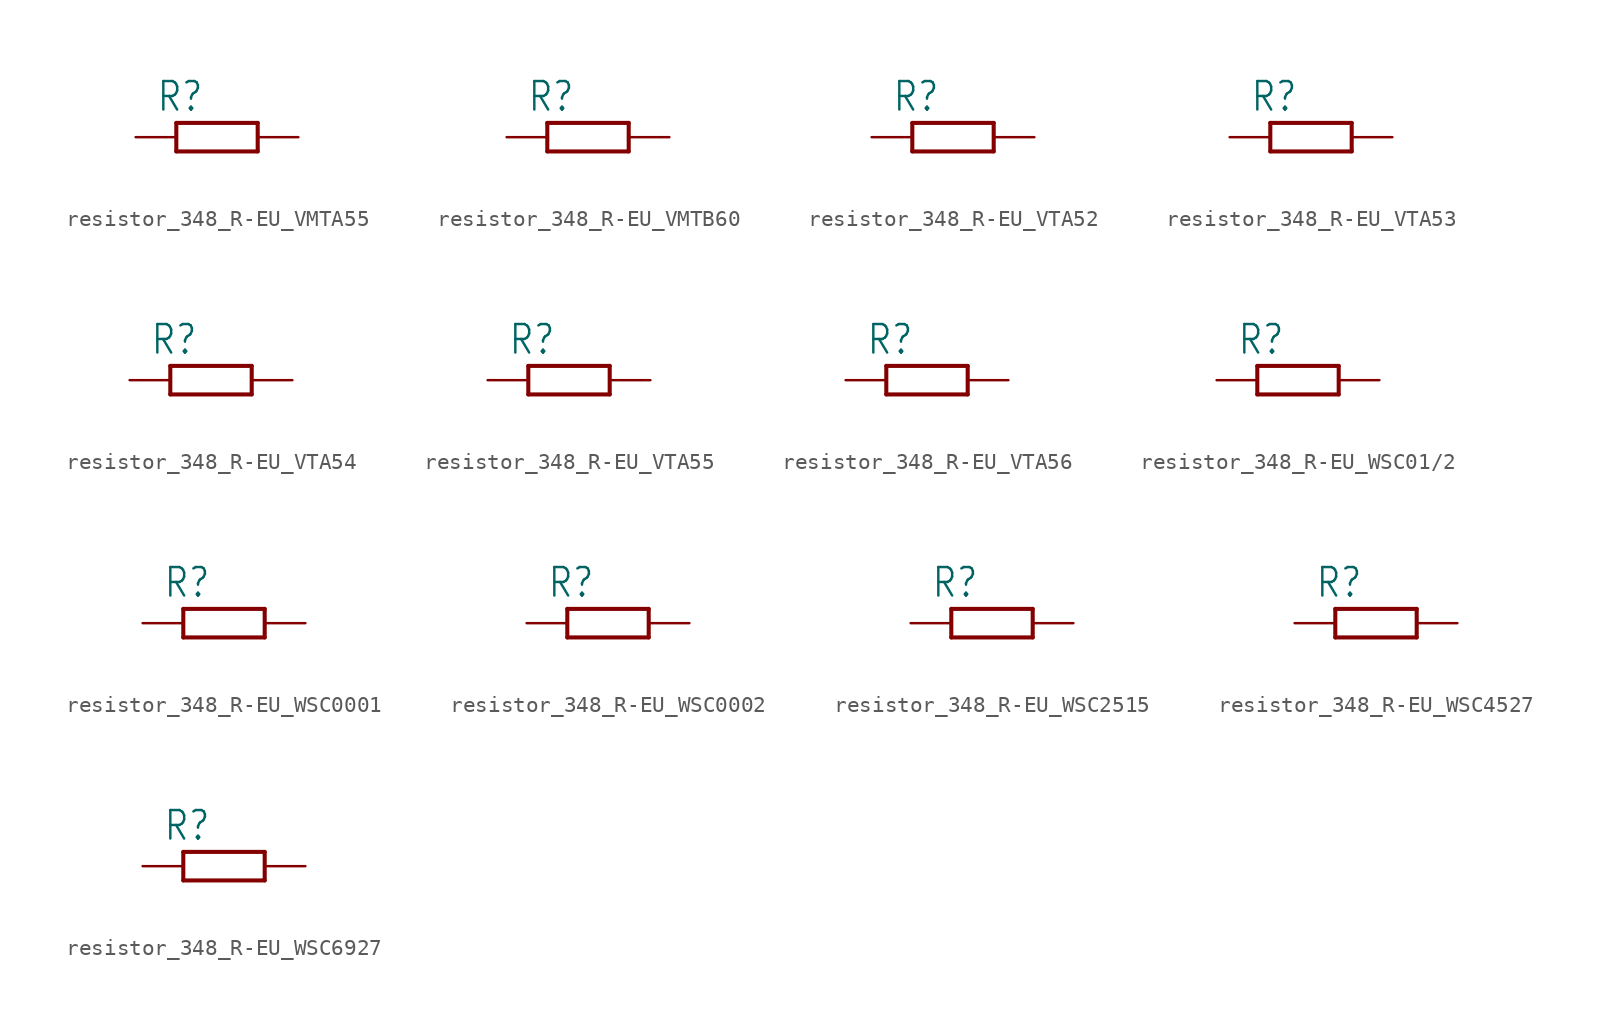
<source format=kicad_sym>
(kicad_symbol_lib
  (version 20241209)
  (generator "kicad_symbol_editor")
  (generator_version "9.0")
  (symbol "resistor_348_R-EU_VMTA55"
    (property "Reference" "R"
      (at -3.81 1.499 0)
      (effects (font (size 1.778 1.511)) (justify left bottom)))
    (property "Value" ""
      (at -3.81 -3.302 0)
      (effects (font (size 1.778 1.511)) (justify left bottom)))
    (property "ki_locked" ""
      (at 0 0 0)
      (effects (font (size 1.27 1.27))))
    (symbol "resistor_348_R-EU_VMTA55_1_0"
      (polyline (pts (xy -2.54 -0.889) (xy -2.54 0.889)) (stroke (width 0.254) (type solid)) (fill (type none)))
      (polyline (pts (xy -2.54 -0.889) (xy 2.54 -0.889)) (stroke (width 0.254) (type solid)) (fill (type none)))
      (polyline (pts (xy 2.54 0.889) (xy -2.54 0.889)) (stroke (width 0.254) (type solid)) (fill (type none)))
      (polyline (pts (xy 2.54 -0.889) (xy 2.54 0.889)) (stroke (width 0.254) (type solid)) (fill (type none)))
      (pin passive line (at -5.08 0 0) (length 2.54) (name "1" (effects (font (size 0 0)))) (number "1" (effects (font (size 0 0)))))
      (pin passive line (at 5.08 0 180) (length 2.54) (name "2" (effects (font (size 0 0)))) (number "2" (effects (font (size 0 0)))))))
  (symbol "resistor_348_R-EU_VMTB60"
    (property "Reference" "R"
      (at -3.81 1.499 0)
      (effects (font (size 1.778 1.511)) (justify left bottom)))
    (property "Value" ""
      (at -3.81 -3.302 0)
      (effects (font (size 1.778 1.511)) (justify left bottom)))
    (property "ki_locked" ""
      (at 0 0 0)
      (effects (font (size 1.27 1.27))))
    (symbol "resistor_348_R-EU_VMTB60_1_0"
      (polyline (pts (xy -2.54 -0.889) (xy -2.54 0.889)) (stroke (width 0.254) (type solid)) (fill (type none)))
      (polyline (pts (xy -2.54 -0.889) (xy 2.54 -0.889)) (stroke (width 0.254) (type solid)) (fill (type none)))
      (polyline (pts (xy 2.54 0.889) (xy -2.54 0.889)) (stroke (width 0.254) (type solid)) (fill (type none)))
      (polyline (pts (xy 2.54 -0.889) (xy 2.54 0.889)) (stroke (width 0.254) (type solid)) (fill (type none)))
      (pin passive line (at -5.08 0 0) (length 2.54) (name "1" (effects (font (size 0 0)))) (number "1" (effects (font (size 0 0)))))
      (pin passive line (at 5.08 0 180) (length 2.54) (name "2" (effects (font (size 0 0)))) (number "2" (effects (font (size 0 0)))))))
  (symbol "resistor_348_R-EU_VTA52"
    (property "Reference" "R"
      (at -3.81 1.499 0)
      (effects (font (size 1.778 1.511)) (justify left bottom)))
    (property "Value" ""
      (at -3.81 -3.302 0)
      (effects (font (size 1.778 1.511)) (justify left bottom)))
    (property "ki_locked" ""
      (at 0 0 0)
      (effects (font (size 1.27 1.27))))
    (symbol "resistor_348_R-EU_VTA52_1_0"
      (polyline (pts (xy -2.54 -0.889) (xy -2.54 0.889)) (stroke (width 0.254) (type solid)) (fill (type none)))
      (polyline (pts (xy -2.54 -0.889) (xy 2.54 -0.889)) (stroke (width 0.254) (type solid)) (fill (type none)))
      (polyline (pts (xy 2.54 0.889) (xy -2.54 0.889)) (stroke (width 0.254) (type solid)) (fill (type none)))
      (polyline (pts (xy 2.54 -0.889) (xy 2.54 0.889)) (stroke (width 0.254) (type solid)) (fill (type none)))
      (pin passive line (at -5.08 0 0) (length 2.54) (name "1" (effects (font (size 0 0)))) (number "1" (effects (font (size 0 0)))))
      (pin passive line (at 5.08 0 180) (length 2.54) (name "2" (effects (font (size 0 0)))) (number "2" (effects (font (size 0 0)))))))
  (symbol "resistor_348_R-EU_VTA53"
    (property "Reference" "R"
      (at -3.81 1.499 0)
      (effects (font (size 1.778 1.511)) (justify left bottom)))
    (property "Value" ""
      (at -3.81 -3.302 0)
      (effects (font (size 1.778 1.511)) (justify left bottom)))
    (property "ki_locked" ""
      (at 0 0 0)
      (effects (font (size 1.27 1.27))))
    (symbol "resistor_348_R-EU_VTA53_1_0"
      (polyline (pts (xy -2.54 -0.889) (xy -2.54 0.889)) (stroke (width 0.254) (type solid)) (fill (type none)))
      (polyline (pts (xy -2.54 -0.889) (xy 2.54 -0.889)) (stroke (width 0.254) (type solid)) (fill (type none)))
      (polyline (pts (xy 2.54 0.889) (xy -2.54 0.889)) (stroke (width 0.254) (type solid)) (fill (type none)))
      (polyline (pts (xy 2.54 -0.889) (xy 2.54 0.889)) (stroke (width 0.254) (type solid)) (fill (type none)))
      (pin passive line (at -5.08 0 0) (length 2.54) (name "1" (effects (font (size 0 0)))) (number "1" (effects (font (size 0 0)))))
      (pin passive line (at 5.08 0 180) (length 2.54) (name "2" (effects (font (size 0 0)))) (number "2" (effects (font (size 0 0)))))))
  (symbol "resistor_348_R-EU_VTA54"
    (property "Reference" "R"
      (at -3.81 1.499 0)
      (effects (font (size 1.778 1.511)) (justify left bottom)))
    (property "Value" ""
      (at -3.81 -3.302 0)
      (effects (font (size 1.778 1.511)) (justify left bottom)))
    (property "ki_locked" ""
      (at 0 0 0)
      (effects (font (size 1.27 1.27))))
    (symbol "resistor_348_R-EU_VTA54_1_0"
      (polyline (pts (xy -2.54 -0.889) (xy -2.54 0.889)) (stroke (width 0.254) (type solid)) (fill (type none)))
      (polyline (pts (xy -2.54 -0.889) (xy 2.54 -0.889)) (stroke (width 0.254) (type solid)) (fill (type none)))
      (polyline (pts (xy 2.54 0.889) (xy -2.54 0.889)) (stroke (width 0.254) (type solid)) (fill (type none)))
      (polyline (pts (xy 2.54 -0.889) (xy 2.54 0.889)) (stroke (width 0.254) (type solid)) (fill (type none)))
      (pin passive line (at -5.08 0 0) (length 2.54) (name "1" (effects (font (size 0 0)))) (number "1" (effects (font (size 0 0)))))
      (pin passive line (at 5.08 0 180) (length 2.54) (name "2" (effects (font (size 0 0)))) (number "2" (effects (font (size 0 0)))))))
  (symbol "resistor_348_R-EU_VTA55"
    (property "Reference" "R"
      (at -3.81 1.499 0)
      (effects (font (size 1.778 1.511)) (justify left bottom)))
    (property "Value" ""
      (at -3.81 -3.302 0)
      (effects (font (size 1.778 1.511)) (justify left bottom)))
    (property "ki_locked" ""
      (at 0 0 0)
      (effects (font (size 1.27 1.27))))
    (symbol "resistor_348_R-EU_VTA55_1_0"
      (polyline (pts (xy -2.54 -0.889) (xy -2.54 0.889)) (stroke (width 0.254) (type solid)) (fill (type none)))
      (polyline (pts (xy -2.54 -0.889) (xy 2.54 -0.889)) (stroke (width 0.254) (type solid)) (fill (type none)))
      (polyline (pts (xy 2.54 0.889) (xy -2.54 0.889)) (stroke (width 0.254) (type solid)) (fill (type none)))
      (polyline (pts (xy 2.54 -0.889) (xy 2.54 0.889)) (stroke (width 0.254) (type solid)) (fill (type none)))
      (pin passive line (at -5.08 0 0) (length 2.54) (name "1" (effects (font (size 0 0)))) (number "1" (effects (font (size 0 0)))))
      (pin passive line (at 5.08 0 180) (length 2.54) (name "2" (effects (font (size 0 0)))) (number "2" (effects (font (size 0 0)))))))
  (symbol "resistor_348_R-EU_VTA56"
    (property "Reference" "R"
      (at -3.81 1.499 0)
      (effects (font (size 1.778 1.511)) (justify left bottom)))
    (property "Value" ""
      (at -3.81 -3.302 0)
      (effects (font (size 1.778 1.511)) (justify left bottom)))
    (property "ki_locked" ""
      (at 0 0 0)
      (effects (font (size 1.27 1.27))))
    (symbol "resistor_348_R-EU_VTA56_1_0"
      (polyline (pts (xy -2.54 -0.889) (xy -2.54 0.889)) (stroke (width 0.254) (type solid)) (fill (type none)))
      (polyline (pts (xy -2.54 -0.889) (xy 2.54 -0.889)) (stroke (width 0.254) (type solid)) (fill (type none)))
      (polyline (pts (xy 2.54 0.889) (xy -2.54 0.889)) (stroke (width 0.254) (type solid)) (fill (type none)))
      (polyline (pts (xy 2.54 -0.889) (xy 2.54 0.889)) (stroke (width 0.254) (type solid)) (fill (type none)))
      (pin passive line (at -5.08 0 0) (length 2.54) (name "1" (effects (font (size 0 0)))) (number "1" (effects (font (size 0 0)))))
      (pin passive line (at 5.08 0 180) (length 2.54) (name "2" (effects (font (size 0 0)))) (number "2" (effects (font (size 0 0)))))))
  (symbol "resistor_348_R-EU_WSC01/2"
    (property "Reference" "R"
      (at -3.81 1.499 0)
      (effects (font (size 1.778 1.511)) (justify left bottom)))
    (property "Value" ""
      (at -3.81 -3.302 0)
      (effects (font (size 1.778 1.511)) (justify left bottom)))
    (property "ki_locked" ""
      (at 0 0 0)
      (effects (font (size 1.27 1.27))))
    (symbol "resistor_348_R-EU_WSC01/2_1_0"
      (polyline (pts (xy -2.54 -0.889) (xy -2.54 0.889)) (stroke (width 0.254) (type solid)) (fill (type none)))
      (polyline (pts (xy -2.54 -0.889) (xy 2.54 -0.889)) (stroke (width 0.254) (type solid)) (fill (type none)))
      (polyline (pts (xy 2.54 0.889) (xy -2.54 0.889)) (stroke (width 0.254) (type solid)) (fill (type none)))
      (polyline (pts (xy 2.54 -0.889) (xy 2.54 0.889)) (stroke (width 0.254) (type solid)) (fill (type none)))
      (pin passive line (at -5.08 0 0) (length 2.54) (name "1" (effects (font (size 0 0)))) (number "1" (effects (font (size 0 0)))))
      (pin passive line (at 5.08 0 180) (length 2.54) (name "2" (effects (font (size 0 0)))) (number "2" (effects (font (size 0 0)))))))
  (symbol "resistor_348_R-EU_WSC0001"
    (property "Reference" "R"
      (at -3.81 1.499 0)
      (effects (font (size 1.778 1.511)) (justify left bottom)))
    (property "Value" ""
      (at -3.81 -3.302 0)
      (effects (font (size 1.778 1.511)) (justify left bottom)))
    (property "ki_locked" ""
      (at 0 0 0)
      (effects (font (size 1.27 1.27))))
    (symbol "resistor_348_R-EU_WSC0001_1_0"
      (polyline (pts (xy -2.54 -0.889) (xy -2.54 0.889)) (stroke (width 0.254) (type solid)) (fill (type none)))
      (polyline (pts (xy -2.54 -0.889) (xy 2.54 -0.889)) (stroke (width 0.254) (type solid)) (fill (type none)))
      (polyline (pts (xy 2.54 0.889) (xy -2.54 0.889)) (stroke (width 0.254) (type solid)) (fill (type none)))
      (polyline (pts (xy 2.54 -0.889) (xy 2.54 0.889)) (stroke (width 0.254) (type solid)) (fill (type none)))
      (pin passive line (at -5.08 0 0) (length 2.54) (name "1" (effects (font (size 0 0)))) (number "1" (effects (font (size 0 0)))))
      (pin passive line (at 5.08 0 180) (length 2.54) (name "2" (effects (font (size 0 0)))) (number "2" (effects (font (size 0 0)))))))
  (symbol "resistor_348_R-EU_WSC0002"
    (property "Reference" "R"
      (at -3.81 1.499 0)
      (effects (font (size 1.778 1.511)) (justify left bottom)))
    (property "Value" ""
      (at -3.81 -3.302 0)
      (effects (font (size 1.778 1.511)) (justify left bottom)))
    (property "ki_locked" ""
      (at 0 0 0)
      (effects (font (size 1.27 1.27))))
    (symbol "resistor_348_R-EU_WSC0002_1_0"
      (polyline (pts (xy -2.54 -0.889) (xy -2.54 0.889)) (stroke (width 0.254) (type solid)) (fill (type none)))
      (polyline (pts (xy -2.54 -0.889) (xy 2.54 -0.889)) (stroke (width 0.254) (type solid)) (fill (type none)))
      (polyline (pts (xy 2.54 0.889) (xy -2.54 0.889)) (stroke (width 0.254) (type solid)) (fill (type none)))
      (polyline (pts (xy 2.54 -0.889) (xy 2.54 0.889)) (stroke (width 0.254) (type solid)) (fill (type none)))
      (pin passive line (at -5.08 0 0) (length 2.54) (name "1" (effects (font (size 0 0)))) (number "1" (effects (font (size 0 0)))))
      (pin passive line (at 5.08 0 180) (length 2.54) (name "2" (effects (font (size 0 0)))) (number "2" (effects (font (size 0 0)))))))
  (symbol "resistor_348_R-EU_WSC2515"
    (property "Reference" "R"
      (at -3.81 1.499 0)
      (effects (font (size 1.778 1.511)) (justify left bottom)))
    (property "Value" ""
      (at -3.81 -3.302 0)
      (effects (font (size 1.778 1.511)) (justify left bottom)))
    (property "ki_locked" ""
      (at 0 0 0)
      (effects (font (size 1.27 1.27))))
    (symbol "resistor_348_R-EU_WSC2515_1_0"
      (polyline (pts (xy -2.54 -0.889) (xy -2.54 0.889)) (stroke (width 0.254) (type solid)) (fill (type none)))
      (polyline (pts (xy -2.54 -0.889) (xy 2.54 -0.889)) (stroke (width 0.254) (type solid)) (fill (type none)))
      (polyline (pts (xy 2.54 0.889) (xy -2.54 0.889)) (stroke (width 0.254) (type solid)) (fill (type none)))
      (polyline (pts (xy 2.54 -0.889) (xy 2.54 0.889)) (stroke (width 0.254) (type solid)) (fill (type none)))
      (pin passive line (at -5.08 0 0) (length 2.54) (name "1" (effects (font (size 0 0)))) (number "1" (effects (font (size 0 0)))))
      (pin passive line (at 5.08 0 180) (length 2.54) (name "2" (effects (font (size 0 0)))) (number "2" (effects (font (size 0 0)))))))
  (symbol "resistor_348_R-EU_WSC4527"
    (property "Reference" "R"
      (at -3.81 1.499 0)
      (effects (font (size 1.778 1.511)) (justify left bottom)))
    (property "Value" ""
      (at -3.81 -3.302 0)
      (effects (font (size 1.778 1.511)) (justify left bottom)))
    (property "ki_locked" ""
      (at 0 0 0)
      (effects (font (size 1.27 1.27))))
    (symbol "resistor_348_R-EU_WSC4527_1_0"
      (polyline (pts (xy -2.54 -0.889) (xy -2.54 0.889)) (stroke (width 0.254) (type solid)) (fill (type none)))
      (polyline (pts (xy -2.54 -0.889) (xy 2.54 -0.889)) (stroke (width 0.254) (type solid)) (fill (type none)))
      (polyline (pts (xy 2.54 0.889) (xy -2.54 0.889)) (stroke (width 0.254) (type solid)) (fill (type none)))
      (polyline (pts (xy 2.54 -0.889) (xy 2.54 0.889)) (stroke (width 0.254) (type solid)) (fill (type none)))
      (pin passive line (at -5.08 0 0) (length 2.54) (name "1" (effects (font (size 0 0)))) (number "1" (effects (font (size 0 0)))))
      (pin passive line (at 5.08 0 180) (length 2.54) (name "2" (effects (font (size 0 0)))) (number "2" (effects (font (size 0 0)))))))
  (symbol "resistor_348_R-EU_WSC6927"
    (property "Reference" "R"
      (at -3.81 1.499 0)
      (effects (font (size 1.778 1.511)) (justify left bottom)))
    (property "Value" ""
      (at -3.81 -3.302 0)
      (effects (font (size 1.778 1.511)) (justify left bottom)))
    (property "ki_locked" ""
      (at 0 0 0)
      (effects (font (size 1.27 1.27))))
    (symbol "resistor_348_R-EU_WSC6927_1_0"
      (polyline (pts (xy -2.54 -0.889) (xy -2.54 0.889)) (stroke (width 0.254) (type solid)) (fill (type none)))
      (polyline (pts (xy -2.54 -0.889) (xy 2.54 -0.889)) (stroke (width 0.254) (type solid)) (fill (type none)))
      (polyline (pts (xy 2.54 0.889) (xy -2.54 0.889)) (stroke (width 0.254) (type solid)) (fill (type none)))
      (polyline (pts (xy 2.54 -0.889) (xy 2.54 0.889)) (stroke (width 0.254) (type solid)) (fill (type none)))
      (pin passive line (at -5.08 0 0) (length 2.54) (name "1" (effects (font (size 0 0)))) (number "1" (effects (font (size 0 0)))))
      (pin passive line (at 5.08 0 180) (length 2.54) (name "2" (effects (font (size 0 0)))) (number "2" (effects (font (size 0 0))))))))
</source>
